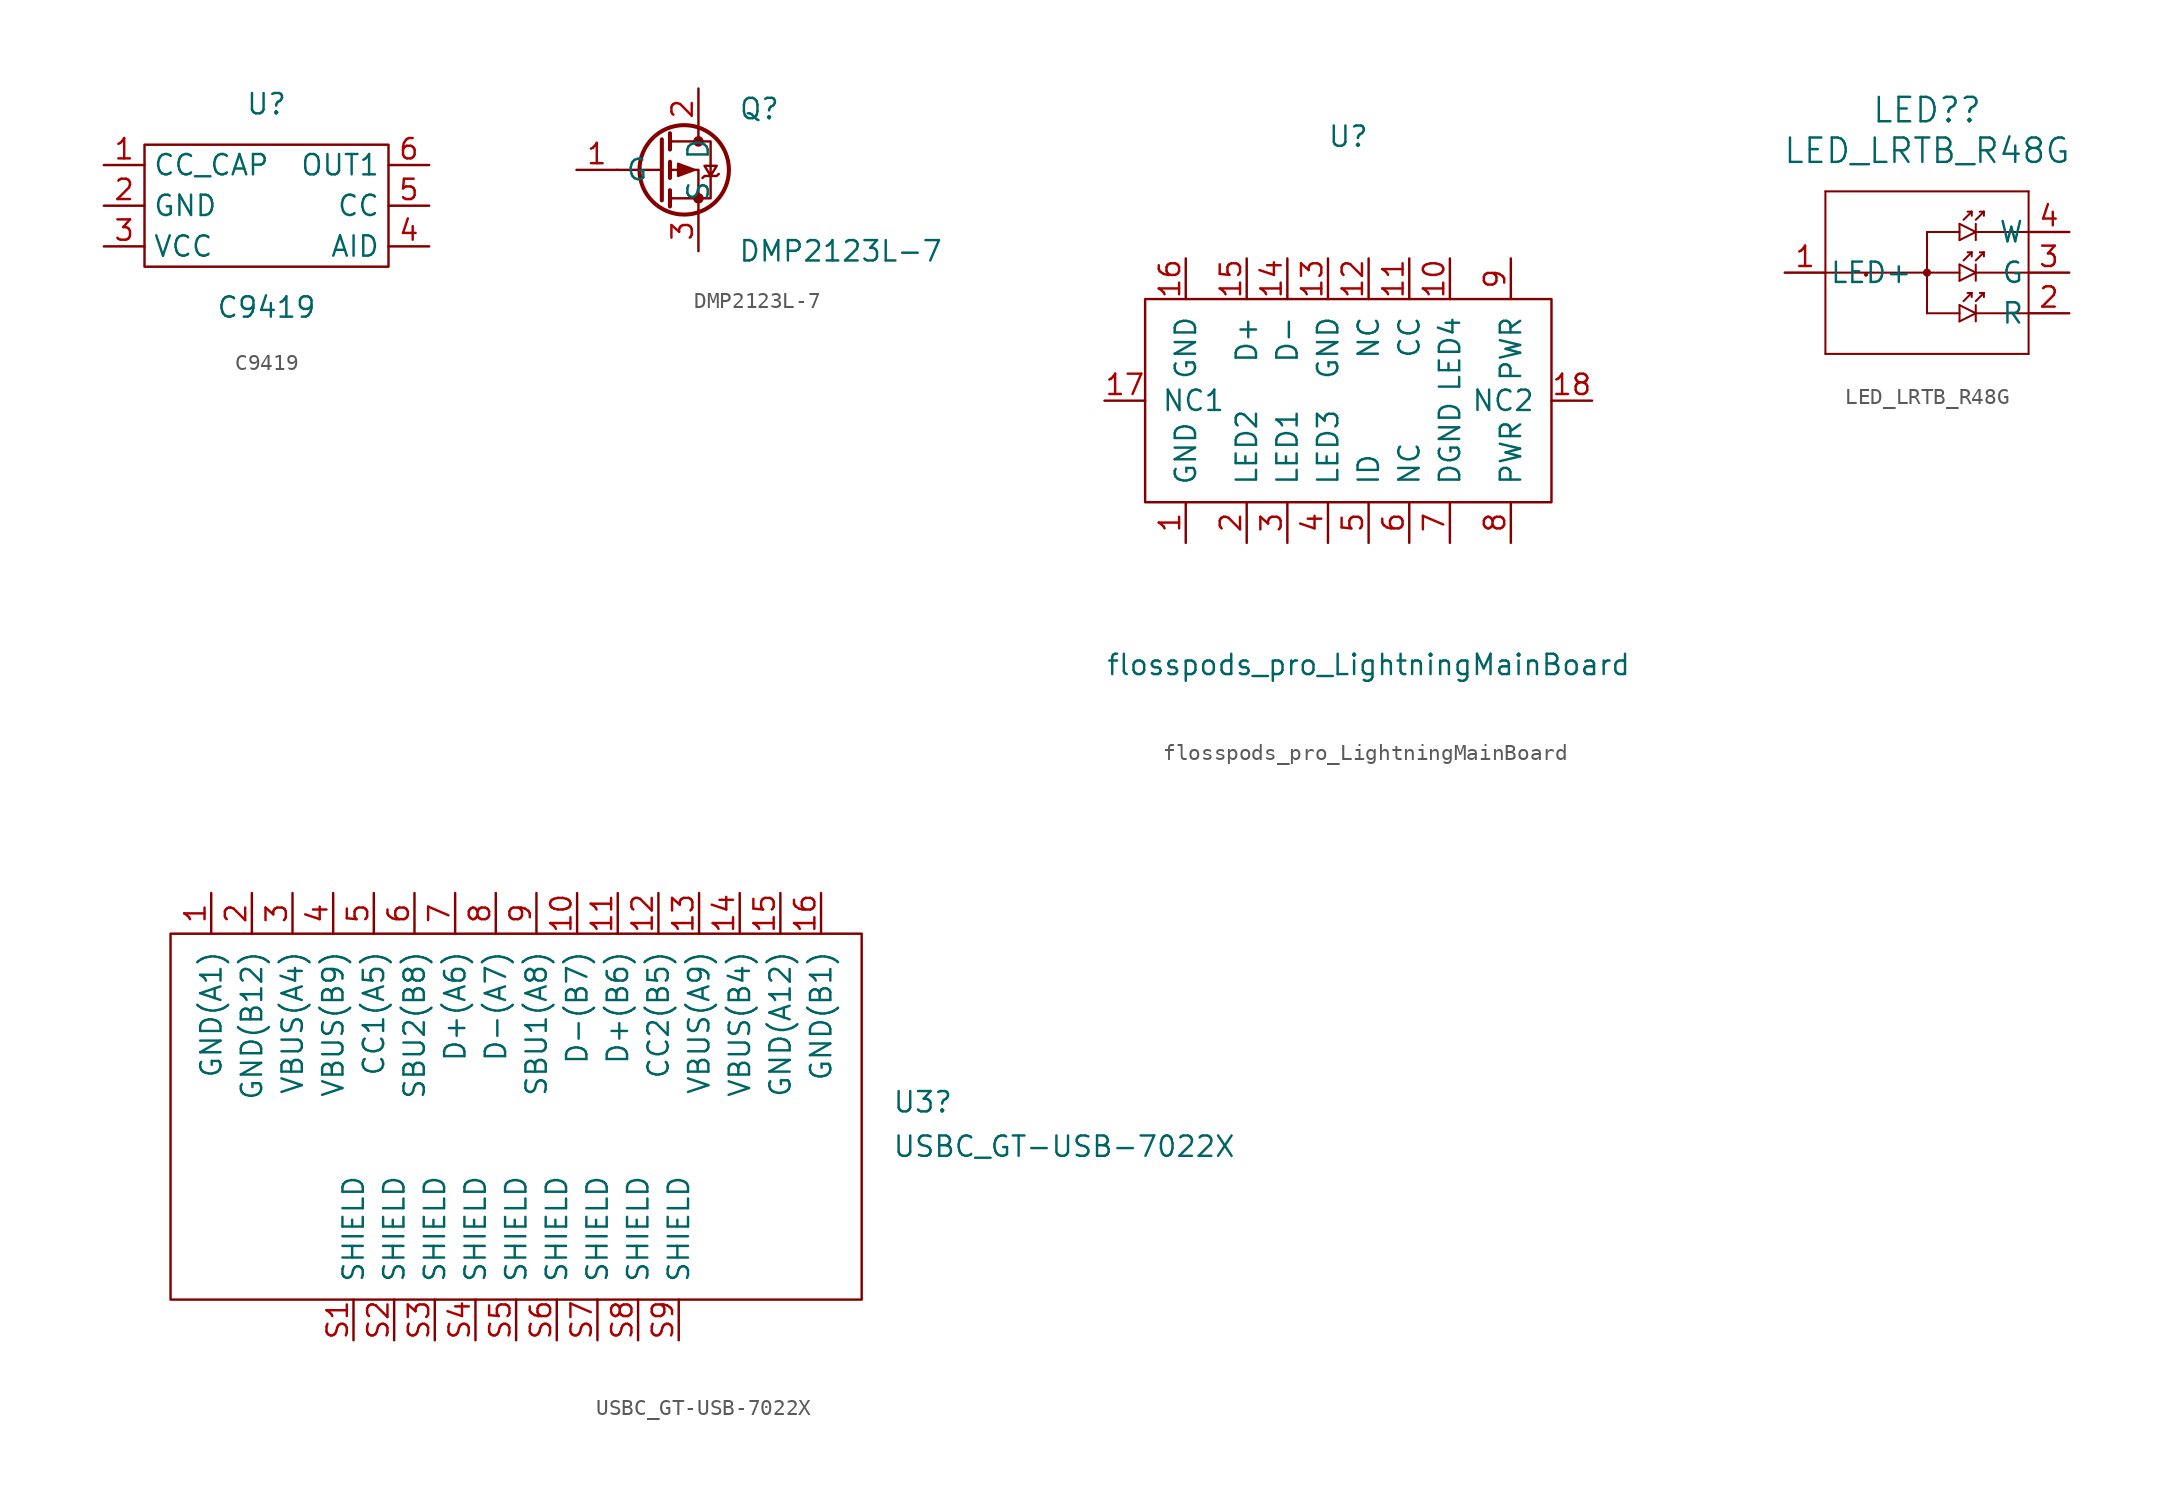
<source format=kicad_sym>
(kicad_symbol_lib
  (version 20211014)
  (generator kicad_symbol_editor)
  (symbol "C9419"
    (property "Reference" "U"
      (at 0 6.35 0)
      (effects (font (size 1.27 1.27))))
    (property "Value" "C9419"
      (at 0 -6.35 0)
      (effects (font (size 1.27 1.27))))
    (symbol "C9419_0_1"
      (rectangle (start -7.62 3.81) (end 7.62 -3.81) (stroke (width 0) (type default) (color 0 0 0 0)) (fill (type none))))
    (symbol "C9419_1_1"
      (pin passive line (at -10.16 2.54 0) (length 2.54) (name "CC_CAP" (effects (font (size 1.27 1.27)))) (number "1" (effects (font (size 1.27 1.27)))))
      (pin passive line (at -10.16 0 0) (length 2.54) (name "GND" (effects (font (size 1.27 1.27)))) (number "2" (effects (font (size 1.27 1.27)))))
      (pin passive line (at -10.16 -2.54 0) (length 2.54) (name "VCC" (effects (font (size 1.27 1.27)))) (number "3" (effects (font (size 1.27 1.27)))))
      (pin passive line (at 10.16 -2.54 180) (length 2.54) (name "AID" (effects (font (size 1.27 1.27)))) (number "4" (effects (font (size 1.27 1.27)))))
      (pin passive line (at 10.16 0 180) (length 2.54) (name "CC" (effects (font (size 1.27 1.27)))) (number "5" (effects (font (size 1.27 1.27)))))
      (pin passive line (at 10.16 2.54 180) (length 2.54) (name "OUT1" (effects (font (size 1.27 1.27)))) (number "6" (effects (font (size 1.27 1.27)))))))
  (symbol "DMP2123L-7"
    (property "Reference" "Q"
      (at 3.81 3.81 0)
      (effects (font (size 1.27 1.27))))
    (property "Value" "DMP2123L-7"
      (at 8.89 -5.08 0)
      (effects (font (size 1.27 1.27))))
    (symbol "DMP2123L-7_0_1"
      (circle (center -0.889 0) (radius 2.794) (stroke (width 0.254) (type default) (color 0 0 0 0)) (fill (type none)))
      (circle (center 0 -1.778) (radius 0.254) (stroke (width 0) (type default) (color 0 0 0 0)) (fill (type outline)))
      (polyline (pts (xy -2.286 0) (xy -5.08 0)) (stroke (width 0) (type default) (color 0 0 0 0)) (fill (type none)))
      (polyline (pts (xy -2.286 1.905) (xy -2.286 -1.905)) (stroke (width 0.254) (type default) (color 0 0 0 0)) (fill (type none)))
      (polyline (pts (xy -1.778 -1.27) (xy -1.778 -2.286)) (stroke (width 0.254) (type default) (color 0 0 0 0)) (fill (type none)))
      (polyline (pts (xy -1.778 0.508) (xy -1.778 -0.508)) (stroke (width 0.254) (type default) (color 0 0 0 0)) (fill (type none)))
      (polyline (pts (xy -1.778 2.286) (xy -1.778 1.27)) (stroke (width 0.254) (type default) (color 0 0 0 0)) (fill (type none)))
      (polyline (pts (xy 0 2.54) (xy 0 1.778)) (stroke (width 0) (type default) (color 0 0 0 0)) (fill (type none)))
      (polyline (pts (xy 0 -2.54) (xy 0 0) (xy -1.778 0)) (stroke (width 0) (type default) (color 0 0 0 0)) (fill (type none)))
      (polyline (pts (xy -1.778 1.778) (xy 0.762 1.778) (xy 0.762 -1.778) (xy -1.778 -1.778)) (stroke (width 0) (type default) (color 0 0 0 0)) (fill (type none)))
      (polyline (pts (xy -0.254 0) (xy -1.27 0.381) (xy -1.27 -0.381) (xy -0.254 0)) (stroke (width 0) (type default) (color 0 0 0 0)) (fill (type outline)))
      (polyline (pts (xy 0.254 -0.508) (xy 0.381 -0.381) (xy 1.143 -0.381) (xy 1.27 -0.254)) (stroke (width 0) (type default) (color 0 0 0 0)) (fill (type none)))
      (polyline (pts (xy 0.762 -0.381) (xy 0.381 0.254) (xy 1.143 0.254) (xy 0.762 -0.381)) (stroke (width 0) (type default) (color 0 0 0 0)) (fill (type none)))
      (circle (center 0 1.778) (radius 0.254) (stroke (width 0) (type default) (color 0 0 0 0)) (fill (type outline))))
    (symbol "DMP2123L-7_1_1"
      (pin input line (at -7.62 0 0) (length 2.54) (name "G" (effects (font (size 1.27 1.27)))) (number "1" (effects (font (size 1.27 1.27)))))
      (pin passive line (at 0 5.08 270) (length 2.54) (name "D" (effects (font (size 1.27 1.27)))) (number "2" (effects (font (size 1.27 1.27)))))
      (pin passive line (at 0 -5.08 90) (length 2.54) (name "S" (effects (font (size 1.27 1.27)))) (number "3" (effects (font (size 1.27 1.27)))))))
  (symbol "flosspods_pro_LightningMainBoard"
    (pin_names
      (offset 1.016))
    (property "Reference" "U"
      (at 0 16.51 0)
      (effects (font (size 1.27 1.27))))
    (property "Value" "flosspods_pro_LightningMainBoard"
      (at 1.27 -16.51 0)
      (effects (font (size 1.27 1.27))))
    (symbol "flosspods_pro_LightningMainBoard_1_1"
      (rectangle (start -12.7 -6.35) (end 12.7 6.35) (stroke (width 0) (type default) (color 0 0 0 0)) (fill (type none)))
      (pin input line (at -10.16 -8.89 90) (length 2.54) (name "GND" (effects (font (size 1.27 1.27)))) (number "1" (effects (font (size 1.27 1.27)))))
      (pin input line (at 6.35 8.89 270) (length 2.54) (name "LED4" (effects (font (size 1.27 1.27)))) (number "10" (effects (font (size 1.27 1.27)))))
      (pin input line (at 3.81 8.89 270) (length 2.54) (name "CC" (effects (font (size 1.27 1.27)))) (number "11" (effects (font (size 1.27 1.27)))))
      (pin input line (at 1.27 8.89 270) (length 2.54) (name "NC" (effects (font (size 1.27 1.27)))) (number "12" (effects (font (size 1.27 1.27)))))
      (pin input line (at -1.27 8.89 270) (length 2.54) (name "GND" (effects (font (size 1.27 1.27)))) (number "13" (effects (font (size 1.27 1.27)))))
      (pin input line (at -3.81 8.89 270) (length 2.54) (name "D-" (effects (font (size 1.27 1.27)))) (number "14" (effects (font (size 1.27 1.27)))))
      (pin input line (at -6.35 8.89 270) (length 2.54) (name "D+" (effects (font (size 1.27 1.27)))) (number "15" (effects (font (size 1.27 1.27)))))
      (pin input line (at -10.16 8.89 270) (length 2.54) (name "GND" (effects (font (size 1.27 1.27)))) (number "16" (effects (font (size 1.27 1.27)))))
      (pin input line (at -15.24 0 0) (length 2.54) (name "NC1" (effects (font (size 1.27 1.27)))) (number "17" (effects (font (size 1.27 1.27)))))
      (pin input line (at 15.24 0 180) (length 2.54) (name "NC2" (effects (font (size 1.27 1.27)))) (number "18" (effects (font (size 1.27 1.27)))))
      (pin input line (at -6.35 -8.89 90) (length 2.54) (name "LED2" (effects (font (size 1.27 1.27)))) (number "2" (effects (font (size 1.27 1.27)))))
      (pin input line (at -3.81 -8.89 90) (length 2.54) (name "LED1" (effects (font (size 1.27 1.27)))) (number "3" (effects (font (size 1.27 1.27)))))
      (pin input line (at -1.27 -8.89 90) (length 2.54) (name "LED3" (effects (font (size 1.27 1.27)))) (number "4" (effects (font (size 1.27 1.27)))))
      (pin input line (at 1.27 -8.89 90) (length 2.54) (name "ID" (effects (font (size 1.27 1.27)))) (number "5" (effects (font (size 1.27 1.27)))))
      (pin input line (at 3.81 -8.89 90) (length 2.54) (name "NC" (effects (font (size 1.27 1.27)))) (number "6" (effects (font (size 1.27 1.27)))))
      (pin input line (at 6.35 -8.89 90) (length 2.54) (name "DGND" (effects (font (size 1.27 1.27)))) (number "7" (effects (font (size 1.27 1.27)))))
      (pin input line (at 10.16 -8.89 90) (length 2.54) (name "PWR" (effects (font (size 1.27 1.27)))) (number "8" (effects (font (size 1.27 1.27)))))
      (pin input line (at 10.16 8.89 270) (length 2.54) (name "PWR" (effects (font (size 1.27 1.27)))) (number "9" (effects (font (size 1.27 1.27)))))))
  (symbol "LED_LRTB_R48G"
    (pin_names
      (offset 0.254))
    (property "Reference" "LED?"
      (at 0 10.16 0)
      (effects (font (size 1.524 1.524))))
    (property "Value" "LED_LRTB_R48G"
      (at 0 7.62 0)
      (effects (font (size 1.524 1.524))))
    (property "Datasheet" ""
      (at 0 0 0)
      (effects (font (size 1.524 1.524))))
    (symbol "LED_LRTB_R48G_1_1"
      (arc (start -3.81 -0.127) (mid -3.81 0.127) (end -3.81 -0.127) (stroke (width 0.254) (type default) (color 0 0 0 0)) (fill (type none)))
      (polyline (pts (xy -6.35 -5.08) (xy 6.35 -5.08)) (stroke (width 0.127) (type default) (color 0 0 0 0)) (fill (type none)))
      (polyline (pts (xy -6.35 0) (xy 2.032 0)) (stroke (width 0.127) (type default) (color 0 0 0 0)) (fill (type none)))
      (polyline (pts (xy -6.35 5.08) (xy -6.35 -5.08)) (stroke (width 0.127) (type default) (color 0 0 0 0)) (fill (type none)))
      (polyline (pts (xy 0 -2.54) (xy 2.032 -2.54)) (stroke (width 0.127) (type default) (color 0 0 0 0)) (fill (type none)))
      (polyline (pts (xy 0 2.54) (xy 0 -2.54)) (stroke (width 0.127) (type default) (color 0 0 0 0)) (fill (type none)))
      (polyline (pts (xy 0 2.54) (xy 2.032 2.54)) (stroke (width 0.127) (type default) (color 0 0 0 0)) (fill (type none)))
      (polyline (pts (xy 2.032 -2.032) (xy 2.032 -3.048)) (stroke (width 0.127) (type default) (color 0 0 0 0)) (fill (type none)))
      (polyline (pts (xy 2.032 -2.032) (xy 3.048 -2.54)) (stroke (width 0.127) (type default) (color 0 0 0 0)) (fill (type none)))
      (polyline (pts (xy 2.032 0.508) (xy 2.032 -0.508)) (stroke (width 0.127) (type default) (color 0 0 0 0)) (fill (type none)))
      (polyline (pts (xy 2.032 0.508) (xy 3.048 0)) (stroke (width 0.127) (type default) (color 0 0 0 0)) (fill (type none)))
      (polyline (pts (xy 2.032 3.048) (xy 2.032 2.032)) (stroke (width 0.127) (type default) (color 0 0 0 0)) (fill (type none)))
      (polyline (pts (xy 2.032 3.048) (xy 3.048 2.54)) (stroke (width 0.127) (type default) (color 0 0 0 0)) (fill (type none)))
      (polyline (pts (xy 2.286 -1.778) (xy 2.794 -1.27)) (stroke (width 0.127) (type default) (color 0 0 0 0)) (fill (type none)))
      (polyline (pts (xy 2.286 0.762) (xy 2.794 1.27)) (stroke (width 0.127) (type default) (color 0 0 0 0)) (fill (type none)))
      (polyline (pts (xy 2.286 3.302) (xy 2.794 3.81)) (stroke (width 0.127) (type default) (color 0 0 0 0)) (fill (type none)))
      (polyline (pts (xy 2.794 -1.27) (xy 2.54 -1.27)) (stroke (width 0.127) (type default) (color 0 0 0 0)) (fill (type none)))
      (polyline (pts (xy 2.794 -1.27) (xy 2.794 -1.524)) (stroke (width 0.127) (type default) (color 0 0 0 0)) (fill (type none)))
      (polyline (pts (xy 2.794 1.27) (xy 2.54 1.27)) (stroke (width 0.127) (type default) (color 0 0 0 0)) (fill (type none)))
      (polyline (pts (xy 2.794 1.27) (xy 2.794 1.016)) (stroke (width 0.127) (type default) (color 0 0 0 0)) (fill (type none)))
      (polyline (pts (xy 2.794 3.81) (xy 2.54 3.81)) (stroke (width 0.127) (type default) (color 0 0 0 0)) (fill (type none)))
      (polyline (pts (xy 2.794 3.81) (xy 2.794 3.556)) (stroke (width 0.127) (type default) (color 0 0 0 0)) (fill (type none)))
      (polyline (pts (xy 3.048 -2.54) (xy 2.032 -3.048)) (stroke (width 0.127) (type default) (color 0 0 0 0)) (fill (type none)))
      (polyline (pts (xy 3.048 -2.54) (xy 6.35 -2.54)) (stroke (width 0.127) (type default) (color 0 0 0 0)) (fill (type none)))
      (polyline (pts (xy 3.048 -2.032) (xy 3.048 -3.048)) (stroke (width 0.127) (type default) (color 0 0 0 0)) (fill (type none)))
      (polyline (pts (xy 3.048 -1.778) (xy 3.556 -1.27)) (stroke (width 0.127) (type default) (color 0 0 0 0)) (fill (type none)))
      (polyline (pts (xy 3.048 0) (xy 2.032 -0.508)) (stroke (width 0.127) (type default) (color 0 0 0 0)) (fill (type none)))
      (polyline (pts (xy 3.048 0) (xy 6.35 0)) (stroke (width 0.127) (type default) (color 0 0 0 0)) (fill (type none)))
      (polyline (pts (xy 3.048 0.508) (xy 3.048 -0.508)) (stroke (width 0.127) (type default) (color 0 0 0 0)) (fill (type none)))
      (polyline (pts (xy 3.048 0.762) (xy 3.556 1.27)) (stroke (width 0.127) (type default) (color 0 0 0 0)) (fill (type none)))
      (polyline (pts (xy 3.048 2.54) (xy 2.032 2.032)) (stroke (width 0.127) (type default) (color 0 0 0 0)) (fill (type none)))
      (polyline (pts (xy 3.048 2.54) (xy 6.35 2.54)) (stroke (width 0.127) (type default) (color 0 0 0 0)) (fill (type none)))
      (polyline (pts (xy 3.048 3.048) (xy 3.048 2.032)) (stroke (width 0.127) (type default) (color 0 0 0 0)) (fill (type none)))
      (polyline (pts (xy 3.048 3.302) (xy 3.556 3.81)) (stroke (width 0.127) (type default) (color 0 0 0 0)) (fill (type none)))
      (polyline (pts (xy 3.302 -1.27) (xy 3.556 -1.27)) (stroke (width 0.127) (type default) (color 0 0 0 0)) (fill (type none)))
      (polyline (pts (xy 3.302 1.27) (xy 3.556 1.27)) (stroke (width 0.127) (type default) (color 0 0 0 0)) (fill (type none)))
      (polyline (pts (xy 3.302 3.81) (xy 3.556 3.81)) (stroke (width 0.127) (type default) (color 0 0 0 0)) (fill (type none)))
      (polyline (pts (xy 3.556 -1.27) (xy 3.556 -1.524)) (stroke (width 0.127) (type default) (color 0 0 0 0)) (fill (type none)))
      (polyline (pts (xy 3.556 1.27) (xy 3.556 1.016)) (stroke (width 0.127) (type default) (color 0 0 0 0)) (fill (type none)))
      (polyline (pts (xy 3.556 3.81) (xy 3.556 3.556)) (stroke (width 0.127) (type default) (color 0 0 0 0)) (fill (type none)))
      (polyline (pts (xy 6.35 -5.08) (xy 6.35 5.08)) (stroke (width 0.127) (type default) (color 0 0 0 0)) (fill (type none)))
      (polyline (pts (xy 6.35 5.08) (xy -6.35 5.08)) (stroke (width 0.127) (type default) (color 0 0 0 0)) (fill (type none)))
      (circle (center 0 0) (radius 0.127) (stroke (width 0.254) (type default) (color 0 0 0 0)) (fill (type none)))
      (pin passive line (at -8.89 0 0) (length 2.54) (name "LED+" (effects (font (size 1.27 1.27)))) (number "1" (effects (font (size 1.27 1.27)))))
      (pin passive line (at 8.89 -2.54 180) (length 2.54) (name "R" (effects (font (size 1.27 1.27)))) (number "2" (effects (font (size 1.27 1.27)))))
      (pin passive line (at 8.89 0 180) (length 2.54) (name "G" (effects (font (size 1.27 1.27)))) (number "3" (effects (font (size 1.27 1.27)))))
      (pin passive line (at 8.89 2.54 180) (length 2.54) (name "W" (effects (font (size 1.27 1.27)))) (number "4" (effects (font (size 1.27 1.27)))))))
  (symbol "USBC_GT-USB-7022X"
    (pin_names
      (offset 1.016))
    (property "Reference" "U3"
      (at 23.495 -7.981 0)
      (effects (font (size 1.27 1.27)) (justify left)))
    (property "Value" "USBC_GT-USB-7022X"
      (at 23.495 -10.757 0)
      (effects (font (size 1.27 1.27)) (justify left)))
    (symbol "USBC_GT-USB-7022X_0_1"
      (rectangle (start -21.59 2.54) (end 21.59 -20.32) (stroke (width 0) (type default) (color 0 0 0 0)) (fill (type none))))
    (symbol "USBC_GT-USB-7022X_1_1"
      (pin passive line (at -19.05 5.08 270) (length 2.54) (name "GND(A1)" (effects (font (size 1.27 1.27)))) (number "1" (effects (font (size 1.27 1.27)))))
      (pin passive line (at 3.81 5.08 270) (length 2.54) (name "D-(B7)" (effects (font (size 1.27 1.27)))) (number "10" (effects (font (size 1.27 1.27)))))
      (pin passive line (at 6.35 5.08 270) (length 2.54) (name "D+(B6)" (effects (font (size 1.27 1.27)))) (number "11" (effects (font (size 1.27 1.27)))))
      (pin passive line (at 8.89 5.08 270) (length 2.54) (name "CC2(B5)" (effects (font (size 1.27 1.27)))) (number "12" (effects (font (size 1.27 1.27)))))
      (pin passive line (at 11.43 5.08 270) (length 2.54) (name "VBUS(A9)" (effects (font (size 1.27 1.27)))) (number "13" (effects (font (size 1.27 1.27)))))
      (pin passive line (at 13.97 5.08 270) (length 2.54) (name "VBUS(B4)" (effects (font (size 1.27 1.27)))) (number "14" (effects (font (size 1.27 1.27)))))
      (pin passive line (at 16.51 5.08 270) (length 2.54) (name "GND(A12)" (effects (font (size 1.27 1.27)))) (number "15" (effects (font (size 1.27 1.27)))))
      (pin passive line (at 19.05 5.08 270) (length 2.54) (name "GND(B1)" (effects (font (size 1.27 1.27)))) (number "16" (effects (font (size 1.27 1.27)))))
      (pin passive line (at -16.51 5.08 270) (length 2.54) (name "GND(B12)" (effects (font (size 1.27 1.27)))) (number "2" (effects (font (size 1.27 1.27)))))
      (pin passive line (at -13.97 5.08 270) (length 2.54) (name "VBUS(A4)" (effects (font (size 1.27 1.27)))) (number "3" (effects (font (size 1.27 1.27)))))
      (pin passive line (at -11.43 5.08 270) (length 2.54) (name "VBUS(B9)" (effects (font (size 1.27 1.27)))) (number "4" (effects (font (size 1.27 1.27)))))
      (pin passive line (at -8.89 5.08 270) (length 2.54) (name "CC1(A5)" (effects (font (size 1.27 1.27)))) (number "5" (effects (font (size 1.27 1.27)))))
      (pin passive line (at -6.35 5.08 270) (length 2.54) (name "SBU2(B8)" (effects (font (size 1.27 1.27)))) (number "6" (effects (font (size 1.27 1.27)))))
      (pin passive line (at -3.81 5.08 270) (length 2.54) (name "D+(A6)" (effects (font (size 1.27 1.27)))) (number "7" (effects (font (size 1.27 1.27)))))
      (pin passive line (at -1.27 5.08 270) (length 2.54) (name "D-(A7)" (effects (font (size 1.27 1.27)))) (number "8" (effects (font (size 1.27 1.27)))))
      (pin passive line (at 1.27 5.08 270) (length 2.54) (name "SBU1(A8)" (effects (font (size 1.27 1.27)))) (number "9" (effects (font (size 1.27 1.27)))))
      (pin passive line (at -10.16 -22.86 90) (length 2.54) (name "SHIELD" (effects (font (size 1.27 1.27)))) (number "S1" (effects (font (size 1.27 1.27)))))
      (pin passive line (at -7.62 -22.86 90) (length 2.54) (name "SHIELD" (effects (font (size 1.27 1.27)))) (number "S2" (effects (font (size 1.27 1.27)))))
      (pin passive line (at -5.08 -22.86 90) (length 2.54) (name "SHIELD" (effects (font (size 1.27 1.27)))) (number "S3" (effects (font (size 1.27 1.27)))))
      (pin passive line (at -2.54 -22.86 90) (length 2.54) (name "SHIELD" (effects (font (size 1.27 1.27)))) (number "S4" (effects (font (size 1.27 1.27)))))
      (pin passive line (at 0 -22.86 90) (length 2.54) (name "SHIELD" (effects (font (size 1.27 1.27)))) (number "S5" (effects (font (size 1.27 1.27)))))
      (pin passive line (at 2.54 -22.86 90) (length 2.54) (name "SHIELD" (effects (font (size 1.27 1.27)))) (number "S6" (effects (font (size 1.27 1.27)))))
      (pin passive line (at 5.08 -22.86 90) (length 2.54) (name "SHIELD" (effects (font (size 1.27 1.27)))) (number "S7" (effects (font (size 1.27 1.27)))))
      (pin passive line (at 7.62 -22.86 90) (length 2.54) (name "SHIELD" (effects (font (size 1.27 1.27)))) (number "S8" (effects (font (size 1.27 1.27)))))
      (pin passive line (at 10.16 -22.86 90) (length 2.54) (name "SHIELD" (effects (font (size 1.27 1.27)))) (number "S9" (effects (font (size 1.27 1.27))))))))
</source>
